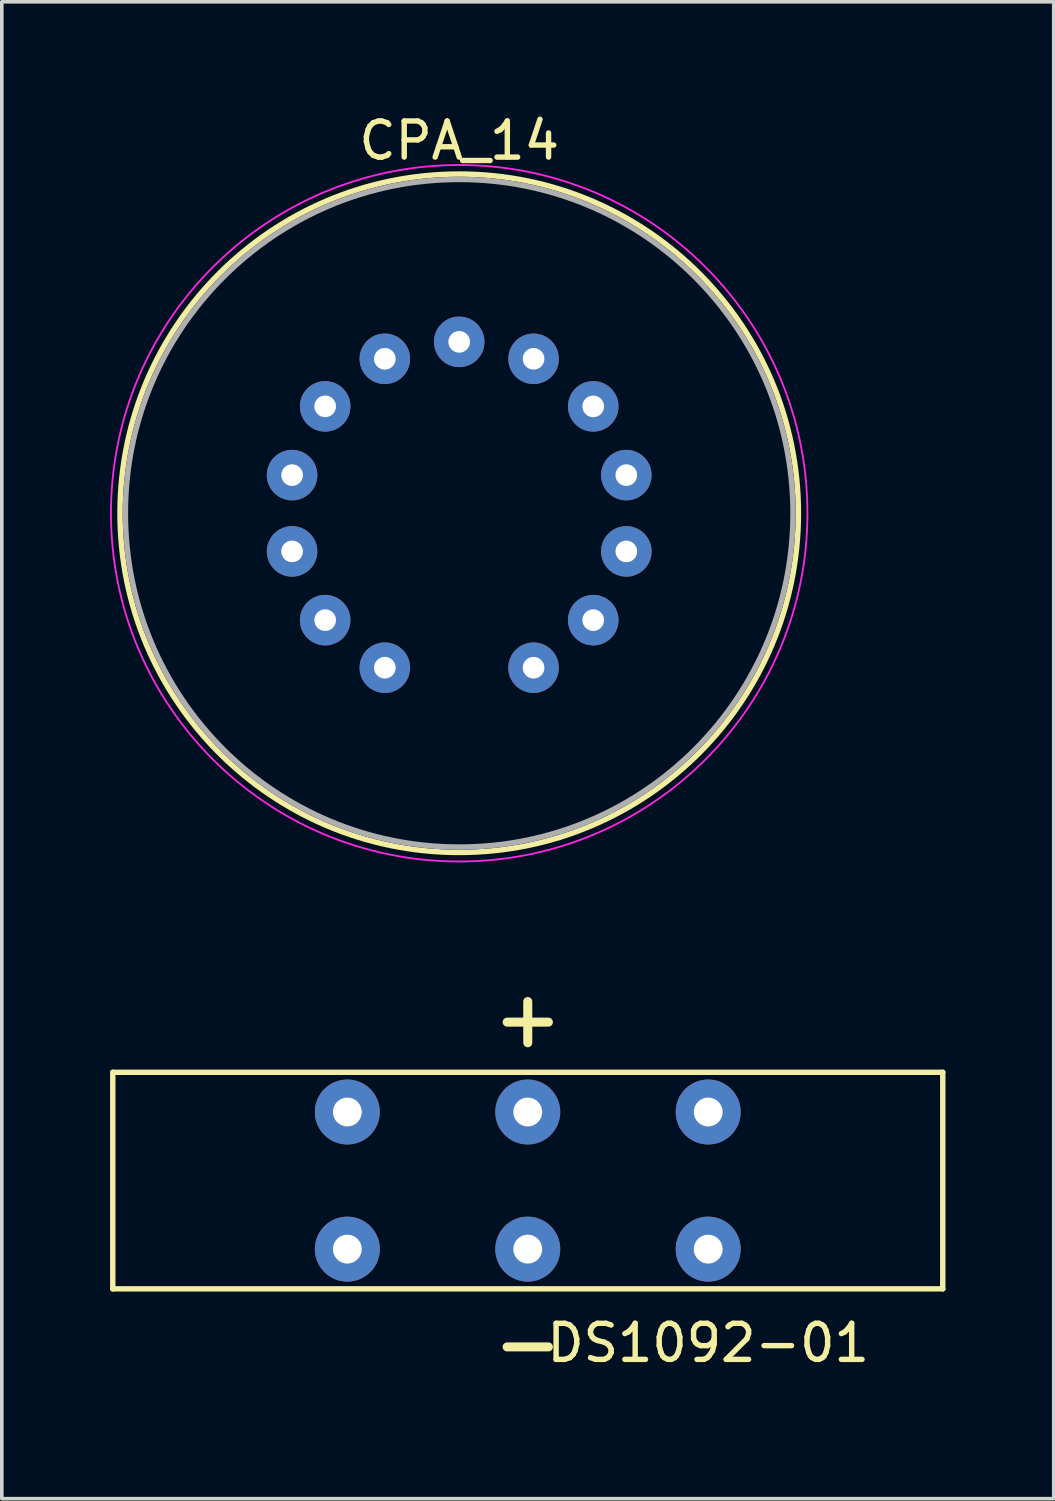
<source format=kicad_pcb>
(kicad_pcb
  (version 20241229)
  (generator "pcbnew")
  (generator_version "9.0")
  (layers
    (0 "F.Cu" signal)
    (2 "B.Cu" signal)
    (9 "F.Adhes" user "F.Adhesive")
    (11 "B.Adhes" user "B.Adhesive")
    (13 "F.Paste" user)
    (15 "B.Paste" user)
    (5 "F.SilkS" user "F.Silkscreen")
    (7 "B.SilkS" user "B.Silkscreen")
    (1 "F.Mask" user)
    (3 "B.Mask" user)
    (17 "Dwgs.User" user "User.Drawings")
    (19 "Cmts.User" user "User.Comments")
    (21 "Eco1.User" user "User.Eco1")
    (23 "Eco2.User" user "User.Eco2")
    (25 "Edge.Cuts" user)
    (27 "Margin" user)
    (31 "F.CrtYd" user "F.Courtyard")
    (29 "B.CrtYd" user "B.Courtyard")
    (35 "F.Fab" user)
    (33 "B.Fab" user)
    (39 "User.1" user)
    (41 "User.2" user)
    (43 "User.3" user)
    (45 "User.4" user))
  (footprint "DS1092-01"
    (layer "F.Cu")
    (at 11.575 29.665)
    (property "Reference" "DS1092-01" (at 5 4.5 0) (layer "F.SilkS") (effects (font (size 1 1) (thickness 0.15))))
    (attr through_hole)
    (fp_line (start -11.5 -3) (end -11.5 3) (stroke (width 0.15) (type solid)) (layer "F.SilkS"))
    (fp_line (start -11.5 3) (end 11.5 3) (stroke (width 0.15) (type solid)) (layer "F.SilkS"))
    (fp_line (start 11.5 -3) (end -11.5 -3) (stroke (width 0.15) (type solid)) (layer "F.SilkS"))
    (fp_line (start 11.5 -3) (end 11.5 3) (stroke (width 0.15) (type solid)) (layer "F.SilkS"))
    (fp_text user "+" (at 0 -4.5 0) (layer "F.SilkS") (effects (font (size 1.5 1.5) (thickness 0.25))))
    (fp_text user "-" (at 0 4.5 0) (layer "F.SilkS") (effects (font (size 1.5 1.5) (thickness 0.25))))
    (pad "1" thru_hole circle (at -5 -1.9) (size 1.8 1.8) (drill 0.8) (layers "*.Cu" "*.Mask"))
    (pad "2" thru_hole circle (at 0 -1.9) (size 1.8 1.8) (drill 0.8) (layers "*.Cu" "*.Mask"))
    (pad "3" thru_hole circle (at 5 -1.9) (size 1.8 1.8) (drill 0.8) (layers "*.Cu" "*.Mask"))
    (pad "4" thru_hole circle (at -5 1.9) (size 1.8 1.8) (drill 0.8) (layers "*.Cu" "*.Mask"))
    (pad "5" thru_hole circle (at 0 1.9) (size 1.8 1.8) (drill 0.8) (layers "*.Cu" "*.Mask"))
    (pad "6" thru_hole circle (at 5 1.9) (size 1.8 1.8) (drill 0.8) (layers "*.Cu" "*.Mask")))
  (footprint "CPA_14"
    (layer "F.Cu")
    (at 9.675 11.173)
    (property "Reference" "CPA_14" (at 0 -10.325 0) (layer "F.SilkS") (effects (font (size 1 1) (thickness 0.15))))
    (attr through_hole)
    (fp_circle (center 0 0) (end 0 9.4) (stroke (width 0.15) (type solid)) (fill no) (layer "F.SilkS"))
    (fp_circle (center 0 0) (end 0 9.65) (stroke (width 0.05) (type solid)) (fill no) (layer "F.CrtYd"))
    (fp_circle (center 0 0) (end 0 9.25) (stroke (width 0.15) (type solid)) (fill no) (layer "F.Fab"))
    (pad "1" thru_hole oval (at -2.061 4.28) (size 1.4 1.4) (drill 0.6) (layers "*.Cu" "*.Mask"))
    (pad "2" thru_hole oval (at -3.714 2.962) (size 1.4 1.4) (drill 0.6) (layers "*.Cu" "*.Mask"))
    (pad "3" thru_hole oval (at -4.631 1.057) (size 1.4 1.4) (drill 0.6) (layers "*.Cu" "*.Mask"))
    (pad "4" thru_hole oval (at -4.631 -1.057) (size 1.4 1.4) (drill 0.6) (layers "*.Cu" "*.Mask"))
    (pad "5" thru_hole oval (at -3.714 -2.962) (size 1.4 1.4) (drill 0.6) (layers "*.Cu" "*.Mask"))
    (pad "6" thru_hole oval (at -2.061 -4.28) (size 1.4 1.4) (drill 0.6) (layers "*.Cu" "*.Mask"))
    (pad "7" thru_hole oval (at 0 -4.75) (size 1.4 1.4) (drill 0.6) (layers "*.Cu" "*.Mask"))
    (pad "8" thru_hole oval (at 2.061 -4.28) (size 1.4 1.4) (drill 0.6) (layers "*.Cu" "*.Mask"))
    (pad "9" thru_hole oval (at 3.714 -2.962) (size 1.4 1.4) (drill 0.6) (layers "*.Cu" "*.Mask"))
    (pad "10" thru_hole oval (at 4.631 -1.057) (size 1.4 1.4) (drill 0.6) (layers "*.Cu" "*.Mask"))
    (pad "11" thru_hole oval (at 4.631 1.057) (size 1.4 1.4) (drill 0.6) (layers "*.Cu" "*.Mask"))
    (pad "12" thru_hole oval (at 3.714 2.962) (size 1.4 1.4) (drill 0.6) (layers "*.Cu" "*.Mask"))
    (pad "13" thru_hole oval (at 2.061 4.28) (size 1.4 1.4) (drill 0.6) (layers "*.Cu" "*.Mask")))
  (gr_rect
    (start -3 -3)
    (end 26.15 38.481)
    (stroke (width 0.1) (type default))
    (fill no)
    (layer "Edge.Cuts")))
</source>
